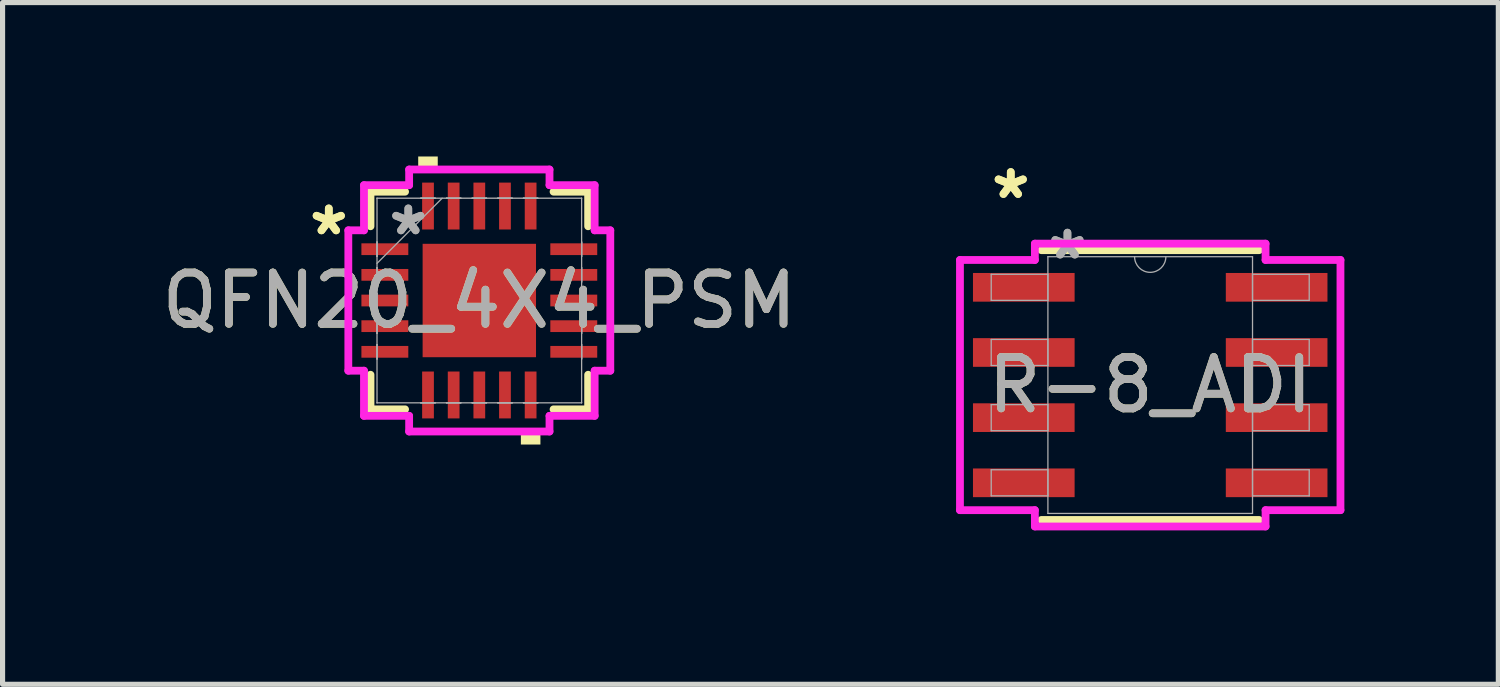
<source format=kicad_pcb>
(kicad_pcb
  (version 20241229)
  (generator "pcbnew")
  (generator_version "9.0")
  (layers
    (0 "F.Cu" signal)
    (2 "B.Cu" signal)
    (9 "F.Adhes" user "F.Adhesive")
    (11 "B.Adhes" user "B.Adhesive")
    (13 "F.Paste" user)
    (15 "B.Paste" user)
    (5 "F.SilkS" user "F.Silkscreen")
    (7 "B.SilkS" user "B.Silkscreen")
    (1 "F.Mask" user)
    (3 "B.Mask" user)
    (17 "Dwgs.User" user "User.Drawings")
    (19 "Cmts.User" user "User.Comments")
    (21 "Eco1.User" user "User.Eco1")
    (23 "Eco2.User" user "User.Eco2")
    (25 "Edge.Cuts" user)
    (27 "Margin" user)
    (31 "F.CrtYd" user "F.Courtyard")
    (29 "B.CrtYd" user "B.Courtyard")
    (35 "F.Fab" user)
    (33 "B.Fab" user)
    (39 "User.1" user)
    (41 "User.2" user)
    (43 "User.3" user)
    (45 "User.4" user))
  (footprint "QFN20_4X4_PSM"
    (layer "F.Cu")
    (at 6.292 2.807)
    (property "Reference" "QFN20_4X4_PSM" (at 0 0 0) (unlocked yes) (layer "F.SilkS") (effects (font (size 1 1) (thickness 0.15))))
    (attr smd)
    (fp_line (start -2.121 -2.121) (end -2.121 -1.447) (stroke (width 0.152) (type solid)) (layer "F.SilkS"))
    (fp_line (start -2.121 1.447) (end -2.121 2.121) (stroke (width 0.152) (type solid)) (layer "F.SilkS"))
    (fp_line (start -2.121 2.121) (end -1.447 2.121) (stroke (width 0.152) (type solid)) (layer "F.SilkS"))
    (fp_line (start -1.447 -2.121) (end -2.121 -2.121) (stroke (width 0.152) (type solid)) (layer "F.SilkS"))
    (fp_line (start 1.447 2.121) (end 2.121 2.121) (stroke (width 0.152) (type solid)) (layer "F.SilkS"))
    (fp_line (start 2.121 -2.121) (end 1.447 -2.121) (stroke (width 0.152) (type solid)) (layer "F.SilkS"))
    (fp_line (start 2.121 -1.447) (end 2.121 -2.121) (stroke (width 0.152) (type solid)) (layer "F.SilkS"))
    (fp_line (start 2.121 2.121) (end 2.121 1.447) (stroke (width 0.152) (type solid)) (layer "F.SilkS"))
    (fp_poly (pts (xy -1.191 -2.553) (xy -1.191 -2.807) (xy -0.81 -2.807) (xy -0.81 -2.553)) (stroke (width 0) (type solid)) (fill yes) (layer "F.SilkS"))
    (fp_poly (pts (xy 0.81 2.553) (xy 0.81 2.807) (xy 1.191 2.807) (xy 1.191 2.553)) (stroke (width 0) (type solid)) (fill yes) (layer "F.SilkS"))
    (fp_line (start -2.553 -1.368) (end -2.248 -1.368) (stroke (width 0.152) (type solid)) (layer "F.CrtYd"))
    (fp_line (start -2.553 1.368) (end -2.553 -1.368) (stroke (width 0.152) (type solid)) (layer "F.CrtYd"))
    (fp_line (start -2.248 -2.248) (end -1.368 -2.248) (stroke (width 0.152) (type solid)) (layer "F.CrtYd"))
    (fp_line (start -2.248 -1.368) (end -2.248 -2.248) (stroke (width 0.152) (type solid)) (layer "F.CrtYd"))
    (fp_line (start -2.248 1.368) (end -2.553 1.368) (stroke (width 0.152) (type solid)) (layer "F.CrtYd"))
    (fp_line (start -2.248 2.248) (end -2.248 1.368) (stroke (width 0.152) (type solid)) (layer "F.CrtYd"))
    (fp_line (start -1.368 -2.553) (end 1.368 -2.553) (stroke (width 0.152) (type solid)) (layer "F.CrtYd"))
    (fp_line (start -1.368 -2.248) (end -1.368 -2.553) (stroke (width 0.152) (type solid)) (layer "F.CrtYd"))
    (fp_line (start -1.368 2.248) (end -2.248 2.248) (stroke (width 0.152) (type solid)) (layer "F.CrtYd"))
    (fp_line (start -1.368 2.553) (end -1.368 2.248) (stroke (width 0.152) (type solid)) (layer "F.CrtYd"))
    (fp_line (start 1.368 -2.553) (end 1.368 -2.248) (stroke (width 0.152) (type solid)) (layer "F.CrtYd"))
    (fp_line (start 1.368 -2.248) (end 2.248 -2.248) (stroke (width 0.152) (type solid)) (layer "F.CrtYd"))
    (fp_line (start 1.368 2.248) (end 1.368 2.553) (stroke (width 0.152) (type solid)) (layer "F.CrtYd"))
    (fp_line (start 1.368 2.553) (end -1.368 2.553) (stroke (width 0.152) (type solid)) (layer "F.CrtYd"))
    (fp_line (start 2.248 -2.248) (end 2.248 -1.368) (stroke (width 0.152) (type solid)) (layer "F.CrtYd"))
    (fp_line (start 2.248 -1.368) (end 2.553 -1.368) (stroke (width 0.152) (type solid)) (layer "F.CrtYd"))
    (fp_line (start 2.248 1.368) (end 2.248 2.248) (stroke (width 0.152) (type solid)) (layer "F.CrtYd"))
    (fp_line (start 2.248 2.248) (end 1.368 2.248) (stroke (width 0.152) (type solid)) (layer "F.CrtYd"))
    (fp_line (start 2.553 -1.368) (end 2.553 1.368) (stroke (width 0.152) (type solid)) (layer "F.CrtYd"))
    (fp_line (start 2.553 1.368) (end 2.248 1.368) (stroke (width 0.152) (type solid)) (layer "F.CrtYd"))
    (fp_line (start -1.994 -1.994) (end -1.994 -1.994) (stroke (width 0.025) (type solid)) (layer "F.Fab"))
    (fp_line (start -1.994 -1.994) (end -1.994 1.994) (stroke (width 0.025) (type solid)) (layer "F.Fab"))
    (fp_line (start -1.994 -1.14) (end -1.994 -1.14) (stroke (width 0.025) (type solid)) (layer "F.Fab"))
    (fp_line (start -1.994 -1.14) (end -1.994 -0.86) (stroke (width 0.025) (type solid)) (layer "F.Fab"))
    (fp_line (start -1.994 -0.86) (end -1.994 -1.14) (stroke (width 0.025) (type solid)) (layer "F.Fab"))
    (fp_line (start -1.994 -0.86) (end -1.994 -0.86) (stroke (width 0.025) (type solid)) (layer "F.Fab"))
    (fp_line (start -1.994 -0.724) (end -0.724 -1.994) (stroke (width 0.025) (type solid)) (layer "F.Fab"))
    (fp_line (start -1.994 -0.64) (end -1.994 -0.64) (stroke (width 0.025) (type solid)) (layer "F.Fab"))
    (fp_line (start -1.994 -0.64) (end -1.994 -0.36) (stroke (width 0.025) (type solid)) (layer "F.Fab"))
    (fp_line (start -1.994 -0.36) (end -1.994 -0.64) (stroke (width 0.025) (type solid)) (layer "F.Fab"))
    (fp_line (start -1.994 -0.36) (end -1.994 -0.36) (stroke (width 0.025) (type solid)) (layer "F.Fab"))
    (fp_line (start -1.994 -0.14) (end -1.994 -0.14) (stroke (width 0.025) (type solid)) (layer "F.Fab"))
    (fp_line (start -1.994 -0.14) (end -1.994 0.14) (stroke (width 0.025) (type solid)) (layer "F.Fab"))
    (fp_line (start -1.994 0.14) (end -1.994 -0.14) (stroke (width 0.025) (type solid)) (layer "F.Fab"))
    (fp_line (start -1.994 0.14) (end -1.994 0.14) (stroke (width 0.025) (type solid)) (layer "F.Fab"))
    (fp_line (start -1.994 0.36) (end -1.994 0.36) (stroke (width 0.025) (type solid)) (layer "F.Fab"))
    (fp_line (start -1.994 0.36) (end -1.994 0.64) (stroke (width 0.025) (type solid)) (layer "F.Fab"))
    (fp_line (start -1.994 0.64) (end -1.994 0.36) (stroke (width 0.025) (type solid)) (layer "F.Fab"))
    (fp_line (start -1.994 0.64) (end -1.994 0.64) (stroke (width 0.025) (type solid)) (layer "F.Fab"))
    (fp_line (start -1.994 0.86) (end -1.994 0.86) (stroke (width 0.025) (type solid)) (layer "F.Fab"))
    (fp_line (start -1.994 0.86) (end -1.994 1.14) (stroke (width 0.025) (type solid)) (layer "F.Fab"))
    (fp_line (start -1.994 1.14) (end -1.994 0.86) (stroke (width 0.025) (type solid)) (layer "F.Fab"))
    (fp_line (start -1.994 1.14) (end -1.994 1.14) (stroke (width 0.025) (type solid)) (layer "F.Fab"))
    (fp_line (start -1.994 1.994) (end -1.994 1.994) (stroke (width 0.025) (type solid)) (layer "F.Fab"))
    (fp_line (start -1.994 1.994) (end 1.994 1.994) (stroke (width 0.025) (type solid)) (layer "F.Fab"))
    (fp_line (start -1.14 -1.994) (end -1.14 -1.994) (stroke (width 0.025) (type solid)) (layer "F.Fab"))
    (fp_line (start -1.14 -1.994) (end -0.86 -1.994) (stroke (width 0.025) (type solid)) (layer "F.Fab"))
    (fp_line (start -1.14 1.994) (end -1.14 1.994) (stroke (width 0.025) (type solid)) (layer "F.Fab"))
    (fp_line (start -1.14 1.994) (end -0.86 1.994) (stroke (width 0.025) (type solid)) (layer "F.Fab"))
    (fp_line (start -0.86 -1.994) (end -1.14 -1.994) (stroke (width 0.025) (type solid)) (layer "F.Fab"))
    (fp_line (start -0.86 -1.994) (end -0.86 -1.994) (stroke (width 0.025) (type solid)) (layer "F.Fab"))
    (fp_line (start -0.86 1.994) (end -1.14 1.994) (stroke (width 0.025) (type solid)) (layer "F.Fab"))
    (fp_line (start -0.86 1.994) (end -0.86 1.994) (stroke (width 0.025) (type solid)) (layer "F.Fab"))
    (fp_line (start -0.64 -1.994) (end -0.64 -1.994) (stroke (width 0.025) (type solid)) (layer "F.Fab"))
    (fp_line (start -0.64 -1.994) (end -0.36 -1.994) (stroke (width 0.025) (type solid)) (layer "F.Fab"))
    (fp_line (start -0.64 1.994) (end -0.64 1.994) (stroke (width 0.025) (type solid)) (layer "F.Fab"))
    (fp_line (start -0.64 1.994) (end -0.36 1.994) (stroke (width 0.025) (type solid)) (layer "F.Fab"))
    (fp_line (start -0.36 -1.994) (end -0.64 -1.994) (stroke (width 0.025) (type solid)) (layer "F.Fab"))
    (fp_line (start -0.36 -1.994) (end -0.36 -1.994) (stroke (width 0.025) (type solid)) (layer "F.Fab"))
    (fp_line (start -0.36 1.994) (end -0.64 1.994) (stroke (width 0.025) (type solid)) (layer "F.Fab"))
    (fp_line (start -0.36 1.994) (end -0.36 1.994) (stroke (width 0.025) (type solid)) (layer "F.Fab"))
    (fp_line (start -0.14 -1.994) (end -0.14 -1.994) (stroke (width 0.025) (type solid)) (layer "F.Fab"))
    (fp_line (start -0.14 -1.994) (end 0.14 -1.994) (stroke (width 0.025) (type solid)) (layer "F.Fab"))
    (fp_line (start -0.14 1.994) (end -0.14 1.994) (stroke (width 0.025) (type solid)) (layer "F.Fab"))
    (fp_line (start -0.14 1.994) (end 0.14 1.994) (stroke (width 0.025) (type solid)) (layer "F.Fab"))
    (fp_line (start 0.14 -1.994) (end -0.14 -1.994) (stroke (width 0.025) (type solid)) (layer "F.Fab"))
    (fp_line (start 0.14 -1.994) (end 0.14 -1.994) (stroke (width 0.025) (type solid)) (layer "F.Fab"))
    (fp_line (start 0.14 1.994) (end -0.14 1.994) (stroke (width 0.025) (type solid)) (layer "F.Fab"))
    (fp_line (start 0.14 1.994) (end 0.14 1.994) (stroke (width 0.025) (type solid)) (layer "F.Fab"))
    (fp_line (start 0.36 -1.994) (end 0.36 -1.994) (stroke (width 0.025) (type solid)) (layer "F.Fab"))
    (fp_line (start 0.36 -1.994) (end 0.64 -1.994) (stroke (width 0.025) (type solid)) (layer "F.Fab"))
    (fp_line (start 0.36 1.994) (end 0.36 1.994) (stroke (width 0.025) (type solid)) (layer "F.Fab"))
    (fp_line (start 0.36 1.994) (end 0.64 1.994) (stroke (width 0.025) (type solid)) (layer "F.Fab"))
    (fp_line (start 0.64 -1.994) (end 0.36 -1.994) (stroke (width 0.025) (type solid)) (layer "F.Fab"))
    (fp_line (start 0.64 -1.994) (end 0.64 -1.994) (stroke (width 0.025) (type solid)) (layer "F.Fab"))
    (fp_line (start 0.64 1.994) (end 0.36 1.994) (stroke (width 0.025) (type solid)) (layer "F.Fab"))
    (fp_line (start 0.64 1.994) (end 0.64 1.994) (stroke (width 0.025) (type solid)) (layer "F.Fab"))
    (fp_line (start 0.86 -1.994) (end 0.86 -1.994) (stroke (width 0.025) (type solid)) (layer "F.Fab"))
    (fp_line (start 0.86 -1.994) (end 1.14 -1.994) (stroke (width 0.025) (type solid)) (layer "F.Fab"))
    (fp_line (start 0.86 1.994) (end 0.86 1.994) (stroke (width 0.025) (type solid)) (layer "F.Fab"))
    (fp_line (start 0.86 1.994) (end 1.14 1.994) (stroke (width 0.025) (type solid)) (layer "F.Fab"))
    (fp_line (start 1.14 -1.994) (end 0.86 -1.994) (stroke (width 0.025) (type solid)) (layer "F.Fab"))
    (fp_line (start 1.14 -1.994) (end 1.14 -1.994) (stroke (width 0.025) (type solid)) (layer "F.Fab"))
    (fp_line (start 1.14 1.994) (end 0.86 1.994) (stroke (width 0.025) (type solid)) (layer "F.Fab"))
    (fp_line (start 1.14 1.994) (end 1.14 1.994) (stroke (width 0.025) (type solid)) (layer "F.Fab"))
    (fp_line (start 1.994 -1.994) (end -1.994 -1.994) (stroke (width 0.025) (type solid)) (layer "F.Fab"))
    (fp_line (start 1.994 -1.994) (end 1.994 -1.994) (stroke (width 0.025) (type solid)) (layer "F.Fab"))
    (fp_line (start 1.994 -1.14) (end 1.994 -1.14) (stroke (width 0.025) (type solid)) (layer "F.Fab"))
    (fp_line (start 1.994 -1.14) (end 1.994 -0.86) (stroke (width 0.025) (type solid)) (layer "F.Fab"))
    (fp_line (start 1.994 -0.86) (end 1.994 -1.14) (stroke (width 0.025) (type solid)) (layer "F.Fab"))
    (fp_line (start 1.994 -0.86) (end 1.994 -0.86) (stroke (width 0.025) (type solid)) (layer "F.Fab"))
    (fp_line (start 1.994 -0.64) (end 1.994 -0.64) (stroke (width 0.025) (type solid)) (layer "F.Fab"))
    (fp_line (start 1.994 -0.64) (end 1.994 -0.36) (stroke (width 0.025) (type solid)) (layer "F.Fab"))
    (fp_line (start 1.994 -0.36) (end 1.994 -0.64) (stroke (width 0.025) (type solid)) (layer "F.Fab"))
    (fp_line (start 1.994 -0.36) (end 1.994 -0.36) (stroke (width 0.025) (type solid)) (layer "F.Fab"))
    (fp_line (start 1.994 -0.14) (end 1.994 -0.14) (stroke (width 0.025) (type solid)) (layer "F.Fab"))
    (fp_line (start 1.994 -0.14) (end 1.994 0.14) (stroke (width 0.025) (type solid)) (layer "F.Fab"))
    (fp_line (start 1.994 0.14) (end 1.994 -0.14) (stroke (width 0.025) (type solid)) (layer "F.Fab"))
    (fp_line (start 1.994 0.14) (end 1.994 0.14) (stroke (width 0.025) (type solid)) (layer "F.Fab"))
    (fp_line (start 1.994 0.36) (end 1.994 0.36) (stroke (width 0.025) (type solid)) (layer "F.Fab"))
    (fp_line (start 1.994 0.36) (end 1.994 0.64) (stroke (width 0.025) (type solid)) (layer "F.Fab"))
    (fp_line (start 1.994 0.64) (end 1.994 0.36) (stroke (width 0.025) (type solid)) (layer "F.Fab"))
    (fp_line (start 1.994 0.64) (end 1.994 0.64) (stroke (width 0.025) (type solid)) (layer "F.Fab"))
    (fp_line (start 1.994 0.86) (end 1.994 0.86) (stroke (width 0.025) (type solid)) (layer "F.Fab"))
    (fp_line (start 1.994 0.86) (end 1.994 1.14) (stroke (width 0.025) (type solid)) (layer "F.Fab"))
    (fp_line (start 1.994 1.14) (end 1.994 0.86) (stroke (width 0.025) (type solid)) (layer "F.Fab"))
    (fp_line (start 1.994 1.14) (end 1.994 1.14) (stroke (width 0.025) (type solid)) (layer "F.Fab"))
    (fp_line (start 1.994 1.994) (end 1.994 -1.994) (stroke (width 0.025) (type solid)) (layer "F.Fab"))
    (fp_line (start 1.994 1.994) (end 1.994 1.994) (stroke (width 0.025) (type solid)) (layer "F.Fab"))
    (fp_text user "*" (at -2.934 -1.25 0) (layer "F.SilkS") (effects (font (size 1 1) (thickness 0.15))))
    (fp_text user "*" (at -2.934 -1.25 0) (unlocked yes) (layer "F.SilkS") (effects (font (size 1 1) (thickness 0.15))))
    (fp_text user "${REFERENCE}" (at 0 0 0) (unlocked yes) (layer "F.Fab") (effects (font (size 1 1) (thickness 0.15))))
    (fp_text user "*" (at -1.384 -1.25 0) (layer "F.Fab") (effects (font (size 1 1) (thickness 0.15))))
    (fp_text user "*" (at -1.384 -1.25 0) (unlocked yes) (layer "F.Fab") (effects (font (size 1 1) (thickness 0.15))))
    (pad "1" smd rect (at -1.841 -1 90) (size 0.229 0.914) (layers "F.Cu" "F.Mask" "F.Paste"))
    (pad "2" smd rect (at -1.841 -0.5 90) (size 0.229 0.914) (layers "F.Cu" "F.Mask" "F.Paste"))
    (pad "3" smd rect (at -1.841 0 90) (size 0.229 0.914) (layers "F.Cu" "F.Mask" "F.Paste"))
    (pad "4" smd rect (at -1.841 0.5 90) (size 0.229 0.914) (layers "F.Cu" "F.Mask" "F.Paste"))
    (pad "5" smd rect (at -1.841 1 90) (size 0.229 0.914) (layers "F.Cu" "F.Mask" "F.Paste"))
    (pad "6" smd rect (at -1 1.841) (size 0.229 0.914) (layers "F.Cu" "F.Mask" "F.Paste"))
    (pad "7" smd rect (at -0.5 1.841) (size 0.229 0.914) (layers "F.Cu" "F.Mask" "F.Paste"))
    (pad "8" smd rect (at 0 1.841) (size 0.229 0.914) (layers "F.Cu" "F.Mask" "F.Paste"))
    (pad "9" smd rect (at 0.5 1.841) (size 0.229 0.914) (layers "F.Cu" "F.Mask" "F.Paste"))
    (pad "10" smd rect (at 1 1.841) (size 0.229 0.914) (layers "F.Cu" "F.Mask" "F.Paste"))
    (pad "11" smd rect (at 1.841 1 90) (size 0.229 0.914) (layers "F.Cu" "F.Mask" "F.Paste"))
    (pad "12" smd rect (at 1.841 0.5 90) (size 0.229 0.914) (layers "F.Cu" "F.Mask" "F.Paste"))
    (pad "13" smd rect (at 1.841 0 90) (size 0.229 0.914) (layers "F.Cu" "F.Mask" "F.Paste"))
    (pad "14" smd rect (at 1.841 -0.5 90) (size 0.229 0.914) (layers "F.Cu" "F.Mask" "F.Paste"))
    (pad "15" smd rect (at 1.841 -1 90) (size 0.229 0.914) (layers "F.Cu" "F.Mask" "F.Paste"))
    (pad "16" smd rect (at 1 -1.841) (size 0.229 0.914) (layers "F.Cu" "F.Mask" "F.Paste"))
    (pad "17" smd rect (at 0.5 -1.841) (size 0.229 0.914) (layers "F.Cu" "F.Mask" "F.Paste"))
    (pad "18" smd rect (at 0 -1.841) (size 0.229 0.914) (layers "F.Cu" "F.Mask" "F.Paste"))
    (pad "19" smd rect (at -0.5 -1.841) (size 0.229 0.914) (layers "F.Cu" "F.Mask" "F.Paste"))
    (pad "20" smd rect (at -1 -1.841) (size 0.229 0.914) (layers "F.Cu" "F.Mask" "F.Paste"))
    (pad "21" smd rect (at 0 0) (size 2.21 2.21) (layers "F.Cu" "F.Mask" "F.Paste")))
  (footprint "R-8_ADI"
    (layer "F.Cu")
    (at 19.368 4.455)
    (property "Reference" "R-8_ADI" (at 0 0 0) (unlocked yes) (layer "F.SilkS") (effects (font (size 1 1) (thickness 0.15))))
    (attr smd)
    (fp_line (start -2.121 2.629) (end 2.121 2.629) (stroke (width 0.152) (type solid)) (layer "F.SilkS"))
    (fp_line (start 2.121 -2.629) (end -2.121 -2.629) (stroke (width 0.152) (type solid)) (layer "F.SilkS"))
    (fp_line (start -3.708 -2.438) (end -2.248 -2.438) (stroke (width 0.152) (type solid)) (layer "F.CrtYd"))
    (fp_line (start -3.708 2.438) (end -3.708 -2.438) (stroke (width 0.152) (type solid)) (layer "F.CrtYd"))
    (fp_line (start -3.708 2.438) (end -2.248 2.438) (stroke (width 0.152) (type solid)) (layer "F.CrtYd"))
    (fp_line (start -2.248 -2.756) (end 2.248 -2.756) (stroke (width 0.152) (type solid)) (layer "F.CrtYd"))
    (fp_line (start -2.248 -2.438) (end -2.248 -2.756) (stroke (width 0.152) (type solid)) (layer "F.CrtYd"))
    (fp_line (start -2.248 2.756) (end -2.248 2.438) (stroke (width 0.152) (type solid)) (layer "F.CrtYd"))
    (fp_line (start 2.248 -2.756) (end 2.248 -2.438) (stroke (width 0.152) (type solid)) (layer "F.CrtYd"))
    (fp_line (start 2.248 2.438) (end 2.248 2.756) (stroke (width 0.152) (type solid)) (layer "F.CrtYd"))
    (fp_line (start 2.248 2.756) (end -2.248 2.756) (stroke (width 0.152) (type solid)) (layer "F.CrtYd"))
    (fp_line (start 3.708 -2.438) (end 2.248 -2.438) (stroke (width 0.152) (type solid)) (layer "F.CrtYd"))
    (fp_line (start 3.708 -2.438) (end 3.708 2.438) (stroke (width 0.152) (type solid)) (layer "F.CrtYd"))
    (fp_line (start 3.708 2.438) (end 2.248 2.438) (stroke (width 0.152) (type solid)) (layer "F.CrtYd"))
    (fp_line (start -3.099 -2.159) (end -3.099 -1.651) (stroke (width 0.025) (type solid)) (layer "F.Fab"))
    (fp_line (start -3.099 -1.651) (end -1.994 -1.651) (stroke (width 0.025) (type solid)) (layer "F.Fab"))
    (fp_line (start -3.099 -0.889) (end -3.099 -0.381) (stroke (width 0.025) (type solid)) (layer "F.Fab"))
    (fp_line (start -3.099 -0.381) (end -1.994 -0.381) (stroke (width 0.025) (type solid)) (layer "F.Fab"))
    (fp_line (start -3.099 0.381) (end -3.099 0.889) (stroke (width 0.025) (type solid)) (layer "F.Fab"))
    (fp_line (start -3.099 0.889) (end -1.994 0.889) (stroke (width 0.025) (type solid)) (layer "F.Fab"))
    (fp_line (start -3.099 1.651) (end -3.099 2.159) (stroke (width 0.025) (type solid)) (layer "F.Fab"))
    (fp_line (start -3.099 2.159) (end -1.994 2.159) (stroke (width 0.025) (type solid)) (layer "F.Fab"))
    (fp_line (start -1.994 -2.502) (end -1.994 2.502) (stroke (width 0.025) (type solid)) (layer "F.Fab"))
    (fp_line (start -1.994 -2.159) (end -3.099 -2.159) (stroke (width 0.025) (type solid)) (layer "F.Fab"))
    (fp_line (start -1.994 -1.651) (end -1.994 -2.159) (stroke (width 0.025) (type solid)) (layer "F.Fab"))
    (fp_line (start -1.994 -0.889) (end -3.099 -0.889) (stroke (width 0.025) (type solid)) (layer "F.Fab"))
    (fp_line (start -1.994 -0.381) (end -1.994 -0.889) (stroke (width 0.025) (type solid)) (layer "F.Fab"))
    (fp_line (start -1.994 0.381) (end -3.099 0.381) (stroke (width 0.025) (type solid)) (layer "F.Fab"))
    (fp_line (start -1.994 0.889) (end -1.994 0.381) (stroke (width 0.025) (type solid)) (layer "F.Fab"))
    (fp_line (start -1.994 1.651) (end -3.099 1.651) (stroke (width 0.025) (type solid)) (layer "F.Fab"))
    (fp_line (start -1.994 2.159) (end -1.994 1.651) (stroke (width 0.025) (type solid)) (layer "F.Fab"))
    (fp_line (start -1.994 2.502) (end 1.994 2.502) (stroke (width 0.025) (type solid)) (layer "F.Fab"))
    (fp_line (start 1.994 -2.502) (end -1.994 -2.502) (stroke (width 0.025) (type solid)) (layer "F.Fab"))
    (fp_line (start 1.994 -2.159) (end 1.994 -1.651) (stroke (width 0.025) (type solid)) (layer "F.Fab"))
    (fp_line (start 1.994 -1.651) (end 3.099 -1.651) (stroke (width 0.025) (type solid)) (layer "F.Fab"))
    (fp_line (start 1.994 -0.889) (end 1.994 -0.381) (stroke (width 0.025) (type solid)) (layer "F.Fab"))
    (fp_line (start 1.994 -0.381) (end 3.099 -0.381) (stroke (width 0.025) (type solid)) (layer "F.Fab"))
    (fp_line (start 1.994 0.381) (end 1.994 0.889) (stroke (width 0.025) (type solid)) (layer "F.Fab"))
    (fp_line (start 1.994 0.889) (end 3.099 0.889) (stroke (width 0.025) (type solid)) (layer "F.Fab"))
    (fp_line (start 1.994 1.651) (end 1.994 2.159) (stroke (width 0.025) (type solid)) (layer "F.Fab"))
    (fp_line (start 1.994 2.159) (end 3.099 2.159) (stroke (width 0.025) (type solid)) (layer "F.Fab"))
    (fp_line (start 1.994 2.502) (end 1.994 -2.502) (stroke (width 0.025) (type solid)) (layer "F.Fab"))
    (fp_line (start 3.099 -2.159) (end 1.994 -2.159) (stroke (width 0.025) (type solid)) (layer "F.Fab"))
    (fp_line (start 3.099 -1.651) (end 3.099 -2.159) (stroke (width 0.025) (type solid)) (layer "F.Fab"))
    (fp_line (start 3.099 -0.889) (end 1.994 -0.889) (stroke (width 0.025) (type solid)) (layer "F.Fab"))
    (fp_line (start 3.099 -0.381) (end 3.099 -0.889) (stroke (width 0.025) (type solid)) (layer "F.Fab"))
    (fp_line (start 3.099 0.381) (end 1.994 0.381) (stroke (width 0.025) (type solid)) (layer "F.Fab"))
    (fp_line (start 3.099 0.889) (end 3.099 0.381) (stroke (width 0.025) (type solid)) (layer "F.Fab"))
    (fp_line (start 3.099 1.651) (end 1.994 1.651) (stroke (width 0.025) (type solid)) (layer "F.Fab"))
    (fp_line (start 3.099 2.159) (end 3.099 1.651) (stroke (width 0.025) (type solid)) (layer "F.Fab"))
    (fp_arc (start 0.3048 -2.5019) (mid 0 -2.1971) (end -0.3048 -2.5019) (stroke (width 0.0254) (type solid)) (layer "F.Fab"))
    (fp_text user "*" (at -2.718 -3.607 0) (layer "F.SilkS") (effects (font (size 1 1) (thickness 0.15))))
    (fp_text user "*" (at -2.718 -3.607 0) (unlocked yes) (layer "F.SilkS") (effects (font (size 1 1) (thickness 0.15))))
    (fp_text user "*" (at -1.613 -2.426 0) (unlocked yes) (layer "F.Fab") (effects (font (size 1 1) (thickness 0.15))))
    (fp_text user "${REFERENCE}" (at 0 0 0) (unlocked yes) (layer "F.Fab") (effects (font (size 1 1) (thickness 0.15))))
    (fp_text user "*" (at -1.613 -2.426 0) (layer "F.Fab") (effects (font (size 1 1) (thickness 0.15))))
    (pad "1" smd rect (at -2.464 -1.905) (size 1.981 0.559) (layers "F.Cu" "F.Mask" "F.Paste"))
    (pad "2" smd rect (at -2.464 -0.635) (size 1.981 0.559) (layers "F.Cu" "F.Mask" "F.Paste"))
    (pad "3" smd rect (at -2.464 0.635) (size 1.981 0.559) (layers "F.Cu" "F.Mask" "F.Paste"))
    (pad "4" smd rect (at -2.464 1.905) (size 1.981 0.559) (layers "F.Cu" "F.Mask" "F.Paste"))
    (pad "5" smd rect (at 2.464 1.905) (size 1.981 0.559) (layers "F.Cu" "F.Mask" "F.Paste"))
    (pad "6" smd rect (at 2.464 0.635) (size 1.981 0.559) (layers "F.Cu" "F.Mask" "F.Paste"))
    (pad "7" smd rect (at 2.464 -0.635) (size 1.981 0.559) (layers "F.Cu" "F.Mask" "F.Paste"))
    (pad "8" smd rect (at 2.464 -1.905) (size 1.981 0.559) (layers "F.Cu" "F.Mask" "F.Paste")))
  (gr_rect
    (start -3 -3)
    (end 26.153 10.287)
    (stroke (width 0.1) (type default))
    (fill no)
    (layer "Edge.Cuts")))
</source>
